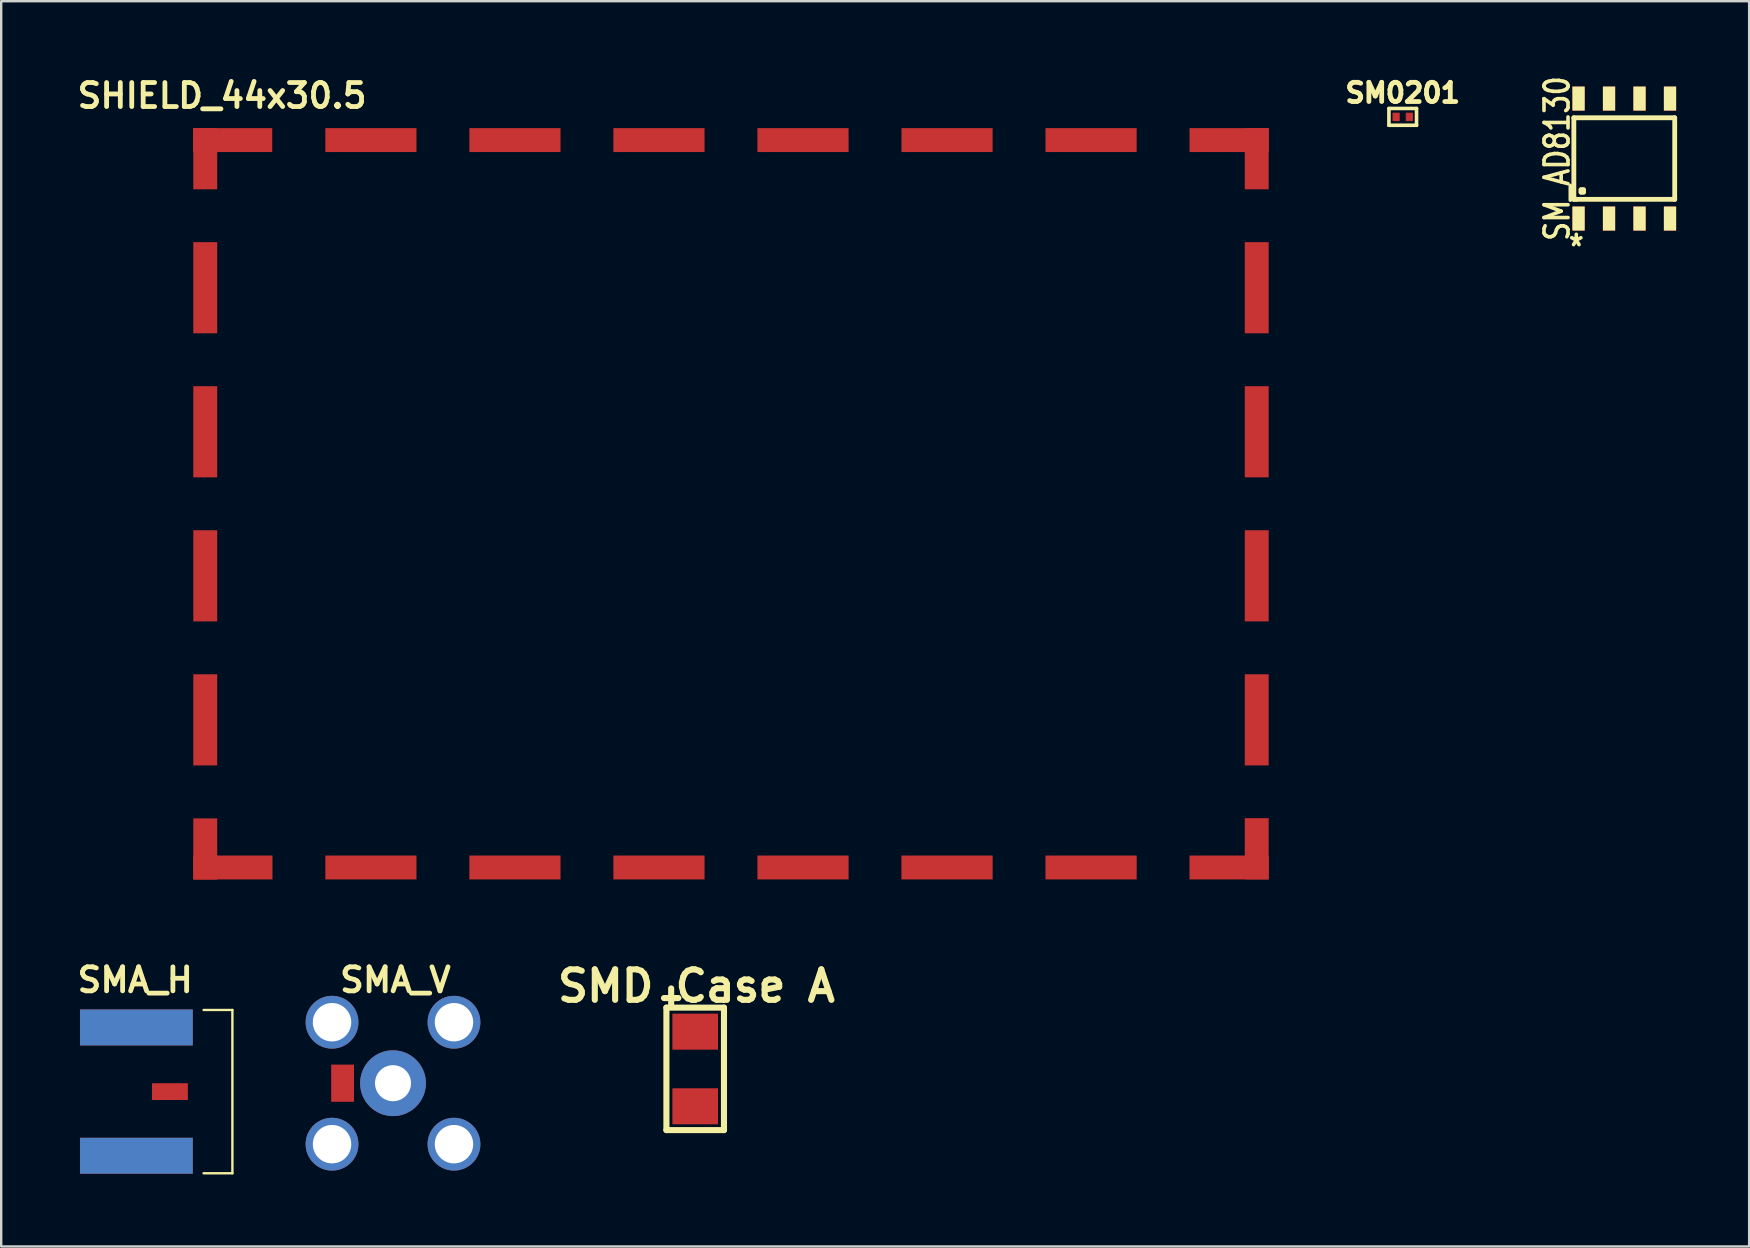
<source format=kicad_pcb>
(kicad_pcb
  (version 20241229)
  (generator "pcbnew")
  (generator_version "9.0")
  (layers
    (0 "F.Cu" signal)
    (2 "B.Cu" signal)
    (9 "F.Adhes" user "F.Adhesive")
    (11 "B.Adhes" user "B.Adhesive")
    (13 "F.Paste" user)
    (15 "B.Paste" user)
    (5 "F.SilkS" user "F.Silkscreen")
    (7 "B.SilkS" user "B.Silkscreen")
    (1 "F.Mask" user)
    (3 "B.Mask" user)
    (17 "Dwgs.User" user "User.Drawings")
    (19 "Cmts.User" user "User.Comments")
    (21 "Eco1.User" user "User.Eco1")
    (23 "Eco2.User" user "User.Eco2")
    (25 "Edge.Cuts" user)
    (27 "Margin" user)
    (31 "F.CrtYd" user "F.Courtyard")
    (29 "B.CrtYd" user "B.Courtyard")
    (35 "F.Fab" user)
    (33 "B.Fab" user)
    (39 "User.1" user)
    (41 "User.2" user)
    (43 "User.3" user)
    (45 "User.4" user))
  (footprint "SMD Case A"
    (layer "F.Cu")
    (at 25.909 39.925)
    (property "Reference" "SMD Case A" (at 0.051 -1.9 0) (layer "F.SilkS") (effects (font (size 1.27 1.27) (thickness 0.254))))
    (attr through_hole)
    (fp_line (start -1.3 -1.4) (end -0.701 -1.4) (stroke (width 0.254) (type solid)) (layer "F.SilkS"))
    (fp_line (start -1.199 -1.001) (end -1.199 4.1) (stroke (width 0.254) (type solid)) (layer "F.SilkS"))
    (fp_line (start -1.199 4.1) (end 1.199 4.1) (stroke (width 0.254) (type solid)) (layer "F.SilkS"))
    (fp_line (start -1.001 -1.801) (end -1.001 -1.1) (stroke (width 0.254) (type solid)) (layer "F.SilkS"))
    (fp_line (start 1.199 -1.001) (end -1.199 -1.001) (stroke (width 0.254) (type solid)) (layer "F.SilkS"))
    (fp_line (start 1.199 4.1) (end 1.199 -1.001) (stroke (width 0.254) (type solid)) (layer "F.SilkS"))
    (pad "1" smd rect (at 0 0) (size 1.9 1.501) (layers "F.Cu" "F.Mask" "F.Paste"))
    (pad "2" smd rect (at 0 3.109) (size 1.9 1.501) (layers "F.Cu" "F.Mask" "F.Paste")))
  (footprint "SMA_H"
    (layer "F.Cu")
    (at 2.631 42.422)
    (property "Reference" "SMA_H" (at -0.05 -4.65 0) (layer "F.SilkS") (effects (font (size 1 1) (thickness 0.2))))
    (attr smd)
    (fp_line (start 2.799 -3.401) (end 3.998 -3.401) (stroke (width 0.099) (type solid)) (layer "F.SilkS"))
    (fp_line (start 4 -3.401) (end 4 3.401) (stroke (width 0.099) (type solid)) (layer "F.SilkS"))
    (fp_line (start 4 3.401) (end 2.799 3.401) (stroke (width 0.099) (type solid)) (layer "F.SilkS"))
    (pad "1" smd rect (at 1.397 0) (size 1.496 0.699) (layers "F.Cu" "F.Mask" "F.Paste"))
    (pad "2" smd rect (at 0 2.672) (size 4.696 1.496) (layers "F.Cu" "F.Mask" "F.Paste"))
    (pad "3" smd rect (at 0 -2.672) (size 4.696 1.496) (layers "F.Cu" "F.Mask" "F.Paste"))
    (pad "4" smd rect (at 0 2.672) (size 4.696 1.496) (layers "B.Cu" "B.Mask" "B.Paste"))
    (pad "5" smd rect (at 0 -2.672) (size 4.696 1.496) (layers "B.Cu" "B.Mask" "B.Paste")))
  (footprint "SM_AD8130"
    (layer "F.Cu")
    (at 64.611 3.555)
    (property "Reference" "SM_AD8130" (at -2.799 0 90) (layer "F.SilkS") (effects (font (size 1.001 0.8) (thickness 0.15))))
    (attr through_hole)
    (fp_line (start -2.101 -1.699) (end 2.101 -1.699) (stroke (width 0.201) (type solid)) (layer "F.SilkS"))
    (fp_line (start -2.101 1.699) (end -2.101 -1.699) (stroke (width 0.201) (type solid)) (layer "F.SilkS"))
    (fp_line (start -1.999 1.699) (end -2.101 1.699) (stroke (width 0.201) (type solid)) (layer "F.SilkS"))
    (fp_line (start -1.801 1.3) (end -1.699 1.3) (stroke (width 0.201) (type solid)) (layer "F.SilkS"))
    (fp_line (start -1.801 1.4) (end -1.801 1.3) (stroke (width 0.201) (type solid)) (layer "F.SilkS"))
    (fp_line (start -1.801 1.4) (end -1.699 1.4) (stroke (width 0.201) (type solid)) (layer "F.SilkS"))
    (fp_line (start -1.699 1.3) (end -1.699 1.4) (stroke (width 0.201) (type solid)) (layer "F.SilkS"))
    (fp_line (start 2.101 -1.699) (end 2.101 1.699) (stroke (width 0.201) (type solid)) (layer "F.SilkS"))
    (fp_line (start 2.101 1.699) (end -1.999 1.699) (stroke (width 0.201) (type solid)) (layer "F.SilkS"))
    (fp_text user "*" (at -1.999 3.701 0) (layer "F.SilkS") (effects (font (size 1.001 0.8) (thickness 0.15))))
    (pad "1" smd rect (at -1.905 2.499) (size 0.511 1.001) (layers "F.Cu" "F.Mask" "F.SilkS" "F.Paste"))
    (pad "2" smd rect (at -0.635 2.499) (size 0.511 1.001) (layers "F.Cu" "F.Mask" "F.SilkS" "F.Paste"))
    (pad "3" smd rect (at 0.635 2.499) (size 0.511 1.001) (layers "F.Cu" "F.Mask" "F.SilkS" "F.Paste"))
    (pad "4" smd rect (at 1.905 2.499) (size 0.511 1.001) (layers "F.Cu" "F.Mask" "F.SilkS" "F.Paste"))
    (pad "5" smd rect (at 1.905 -2.499) (size 0.511 1.001) (layers "F.Cu" "F.Mask" "F.SilkS" "F.Paste"))
    (pad "6" smd rect (at 0.635 -2.499) (size 0.511 1.001) (layers "F.Cu" "F.Mask" "F.SilkS" "F.Paste"))
    (pad "7" smd rect (at -0.635 -2.499) (size 0.511 1.001) (layers "F.Cu" "F.Mask" "F.SilkS" "F.Paste"))
    (pad "8" smd rect (at -1.905 -2.499) (size 0.511 1.001) (layers "F.Cu" "F.Mask" "F.SilkS" "F.Paste")))
  (footprint "SM0201"
    (layer "F.Cu")
    (at 55.107 1.819)
    (property "Reference" "SM0201" (at 0.275 -1 0) (layer "F.SilkS") (effects (font (size 0.8 0.8) (thickness 0.2))))
    (attr through_hole)
    (fp_line (start -0.3 -0.35) (end -0.3 0.35) (stroke (width 0.15) (type solid)) (layer "F.SilkS"))
    (fp_line (start -0.3 0.35) (end 0.85 0.35) (stroke (width 0.15) (type solid)) (layer "F.SilkS"))
    (fp_line (start 0.85 -0.35) (end -0.3 -0.35) (stroke (width 0.15) (type solid)) (layer "F.SilkS"))
    (fp_line (start 0.85 0.35) (end 0.85 -0.35) (stroke (width 0.15) (type solid)) (layer "F.SilkS"))
    (pad "1" smd rect (at 0 0) (size 0.3 0.35) (layers "F.Cu" "F.Mask" "F.Paste"))
    (pad "2" smd rect (at 0.55 0) (size 0.3 0.35) (layers "F.Cu" "F.Mask" "F.Paste")))
  (footprint "SMA_V"
    (layer "F.Cu")
    (at 13.321 42.072)
    (property "Reference" "SMA_V" (at 0.1 -4.3 0) (layer "F.SilkS") (effects (font (size 1 1) (thickness 0.2))))
    (attr through_hole)
    (pad "1" smd rect (at -2.1 0 90) (size 1.55 0.95) (layers "F.Cu"))
    (pad "1" thru_hole circle (at 0 0) (size 2.741 2.741) (drill 1.501) (layers "*.Cu" "*.Mask" "B.Paste"))
    (pad "2" thru_hole circle (at -2.54 -2.54) (size 2.2 2.2) (drill 1.6) (layers "*.Cu" "*.Mask" "B.Paste"))
    (pad "3" thru_hole circle (at -2.54 2.54) (size 2.2 2.2) (drill 1.6) (layers "*.Cu" "*.Mask" "B.Paste"))
    (pad "4" thru_hole circle (at 2.54 2.54) (size 2.2 2.2) (drill 1.6) (layers "*.Cu" "*.Mask" "B.Paste"))
    (pad "5" thru_hole circle (at 2.54 -2.54) (size 2.2 2.2) (drill 1.6) (layers "*.Cu" "*.Mask" "B.Paste")))
  (footprint "SHIELD_44x30.5"
    (layer "F.Cu")
    (at 5 33.586)
    (property "Reference" "SHIELD_44x30.5" (at 1.2 -32.65 0) (layer "F.SilkS") (effects (font (size 1 1) (thickness 0.2))))
    (attr smd)
    (pad "1" smd rect (at 0.5 -30.025) (size 0.996 2.55) (layers "F.Cu" "F.Mask" "F.Paste"))
    (pad "1" smd rect (at 0.5 -24.65) (size 0.996 3.797) (layers "F.Cu" "F.Mask" "F.Paste"))
    (pad "1" smd rect (at 0.5 -18.65) (size 0.996 3.797) (layers "F.Cu" "F.Mask" "F.Paste"))
    (pad "1" smd rect (at 0.5 -12.65) (size 0.996 3.797) (layers "F.Cu" "F.Mask" "F.Paste"))
    (pad "1" smd rect (at 0.5 -6.65) (size 0.996 3.797) (layers "F.Cu" "F.Mask" "F.Paste"))
    (pad "1" smd rect (at 0.5 -1.27) (size 0.996 2.55) (layers "F.Cu" "F.Mask" "F.Paste"))
    (pad "1" smd rect (at 1.64 -30.8 90) (size 0.996 3.299) (layers "F.Cu" "F.Mask" "F.Paste"))
    (pad "1" smd rect (at 1.65 -0.5 90) (size 0.996 3.299) (layers "F.Cu" "F.Mask" "F.Paste"))
    (pad "1" smd rect (at 7.4 -30.8 90) (size 0.996 3.797) (layers "F.Cu" "F.Mask" "F.Paste"))
    (pad "1" smd rect (at 7.4 -0.5 90) (size 0.996 3.797) (layers "F.Cu" "F.Mask" "F.Paste"))
    (pad "1" smd rect (at 13.4 -30.8 90) (size 0.996 3.797) (layers "F.Cu" "F.Mask" "F.Paste"))
    (pad "1" smd rect (at 13.4 -0.5 90) (size 0.996 3.797) (layers "F.Cu" "F.Mask" "F.Paste"))
    (pad "1" smd rect (at 19.4 -30.8 90) (size 0.996 3.797) (layers "F.Cu" "F.Mask" "F.Paste"))
    (pad "1" smd rect (at 19.4 -0.5 90) (size 0.996 3.797) (layers "F.Cu" "F.Mask" "F.Paste"))
    (pad "1" smd rect (at 25.4 -30.8 90) (size 0.996 3.797) (layers "F.Cu" "F.Mask" "F.Paste"))
    (pad "1" smd rect (at 25.4 -0.5 90) (size 0.996 3.797) (layers "F.Cu" "F.Mask" "F.Paste"))
    (pad "1" smd rect (at 31.4 -30.8 90) (size 0.996 3.797) (layers "F.Cu" "F.Mask" "F.Paste"))
    (pad "1" smd rect (at 31.4 -0.5 90) (size 0.996 3.8) (layers "F.Cu" "F.Mask" "F.Paste"))
    (pad "1" smd rect (at 37.4 -30.8 90) (size 0.996 3.797) (layers "F.Cu" "F.Mask" "F.Paste"))
    (pad "1" smd rect (at 37.4 -0.5 90) (size 0.996 3.8) (layers "F.Cu" "F.Mask" "F.Paste"))
    (pad "1" smd rect (at 43.15 -30.8 90) (size 0.996 3.299) (layers "F.Cu" "F.Mask" "F.Paste"))
    (pad "1" smd rect (at 43.15 -0.5 90) (size 0.996 3.3) (layers "F.Cu" "F.Mask" "F.Paste"))
    (pad "1" smd rect (at 44.3 -30.025) (size 0.996 2.55) (layers "F.Cu" "F.Mask" "F.Paste"))
    (pad "1" smd rect (at 44.3 -24.65) (size 0.996 3.797) (layers "F.Cu" "F.Mask" "F.Paste"))
    (pad "1" smd rect (at 44.3 -18.65) (size 0.996 3.797) (layers "F.Cu" "F.Mask" "F.Paste"))
    (pad "1" smd rect (at 44.3 -12.65) (size 0.996 3.797) (layers "F.Cu" "F.Mask" "F.Paste"))
    (pad "1" smd rect (at 44.3 -6.65) (size 0.996 3.797) (layers "F.Cu" "F.Mask" "F.Paste"))
    (pad "1" smd rect (at 44.3 -1.28) (size 0.996 2.55) (layers "F.Cu" "F.Mask" "F.Paste")))
  (gr_rect
    (start -3 -3)
    (end 69.812 48.873)
    (stroke (width 0.1) (type default))
    (fill no)
    (layer "Edge.Cuts")))
</source>
